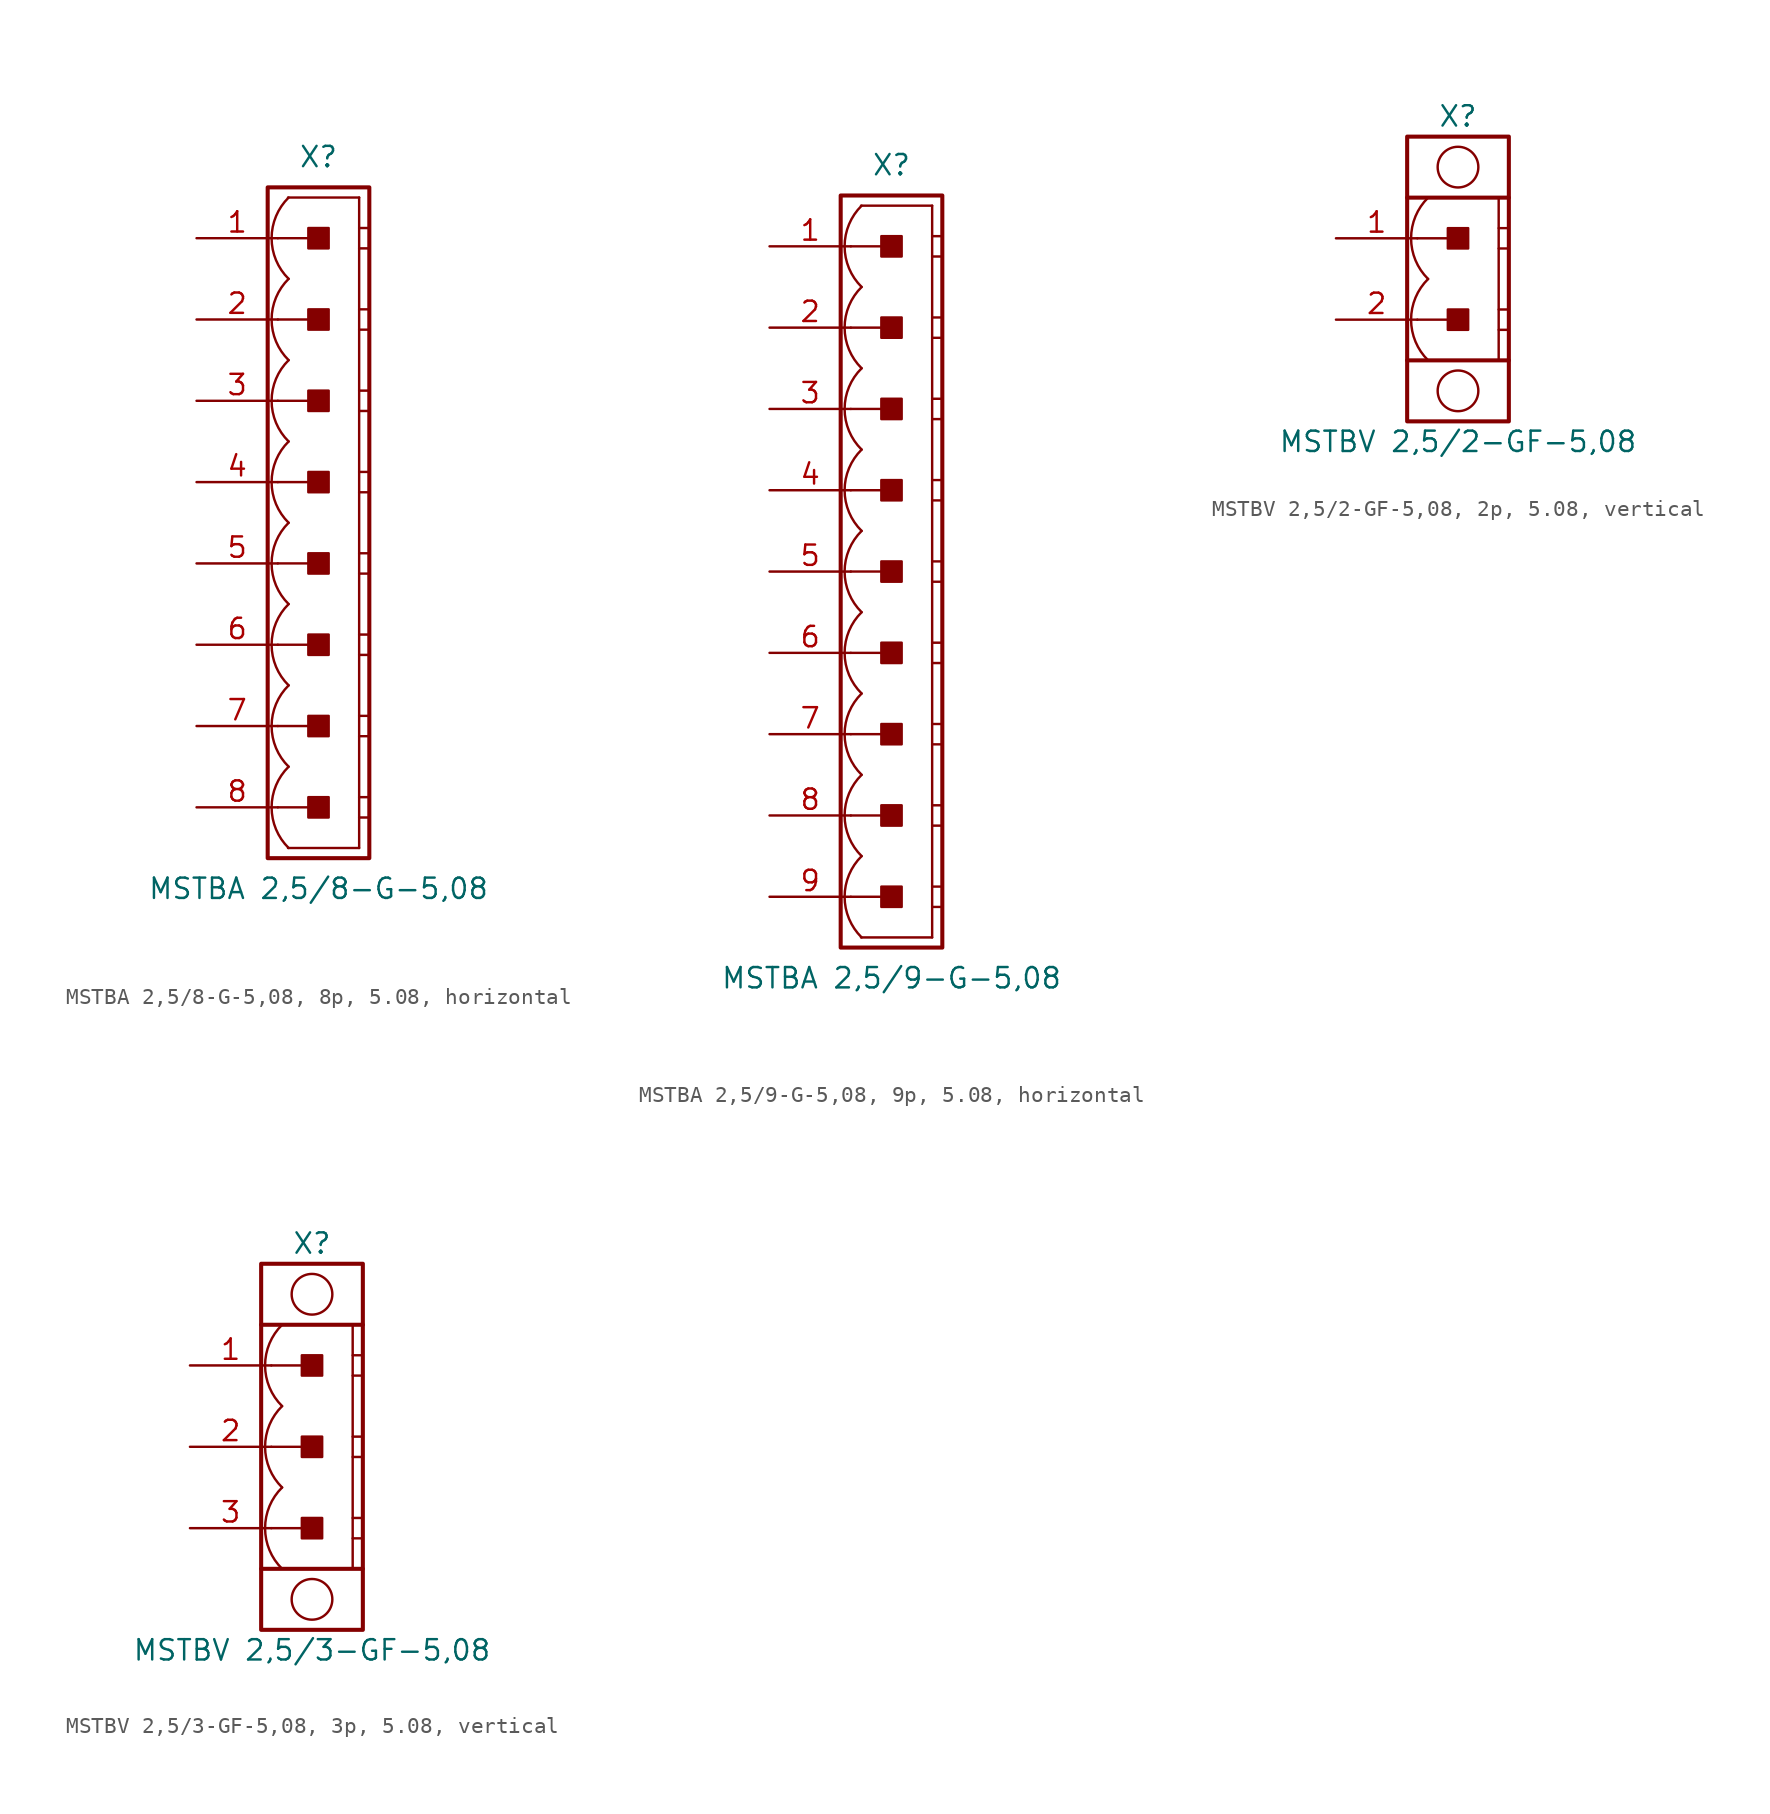
<source format=kicad_sym>
(kicad_symbol_lib
  (version 20241209)
  (generator "kicad_symbol_editor")
  (generator_version "9.0")
  (symbol "MSTBA 2,5/8-G-5,08, 8p, 5.08, horizontal"
    (pin_names
      (offset 1.016)
      (hide yes))
    (property "Reference" "X"
      (at 0 22.86 0)
      (effects (font (size 1.27 1.27))))
    (property "Value" "MSTBA 2,5/8-G-5,08"
      (at 0 -22.86 0)
      (effects (font (size 1.27 1.27))))
    (property "Label" ""
      (at 0 0 0)
      (effects (font (size 1.27 1.27) (thickness 0.254) (bold yes))))
    (symbol "MSTBA 2,5/8-G-5,08, 8p, 5.08, horizontal_0_1"
      (polyline (pts (xy 2.54 20.32) (xy -1.905 20.32)) (stroke (width 0.152) (type default)) (fill (type none)))
      (polyline (pts (xy 2.54 20.32) (xy 2.54 -20.32)) (stroke (width 0.152) (type default)) (fill (type none)))
      (polyline (pts (xy 2.54 18.415) (xy 3.175 18.415)) (stroke (width 0.152) (type default)) (fill (type none)))
      (polyline (pts (xy 2.54 17.145) (xy 3.175 17.145)) (stroke (width 0.152) (type default)) (fill (type none)))
      (polyline (pts (xy 2.54 13.335) (xy 3.175 13.335)) (stroke (width 0.152) (type default)) (fill (type none)))
      (polyline (pts (xy 2.54 12.065) (xy 3.175 12.065)) (stroke (width 0.152) (type default)) (fill (type none)))
      (polyline (pts (xy 2.54 8.255) (xy 3.175 8.255)) (stroke (width 0.152) (type default)) (fill (type none)))
      (polyline (pts (xy 2.54 6.985) (xy 3.175 6.985)) (stroke (width 0.152) (type default)) (fill (type none)))
      (polyline (pts (xy 2.54 3.175) (xy 3.175 3.175)) (stroke (width 0.152) (type default)) (fill (type none)))
      (polyline (pts (xy 2.54 1.905) (xy 3.175 1.905)) (stroke (width 0.152) (type default)) (fill (type none)))
      (polyline (pts (xy 2.54 -1.905) (xy 3.175 -1.905)) (stroke (width 0.152) (type default)) (fill (type none)))
      (polyline (pts (xy 2.54 -3.175) (xy 3.175 -3.175)) (stroke (width 0.152) (type default)) (fill (type none)))
      (polyline (pts (xy 2.54 -6.985) (xy 3.175 -6.985)) (stroke (width 0.152) (type default)) (fill (type none)))
      (polyline (pts (xy 2.54 -8.255) (xy 3.175 -8.255)) (stroke (width 0.152) (type default)) (fill (type none)))
      (polyline (pts (xy 2.54 -12.065) (xy 3.175 -12.065)) (stroke (width 0.152) (type default)) (fill (type none)))
      (polyline (pts (xy 2.54 -13.335) (xy 3.175 -13.335)) (stroke (width 0.152) (type default)) (fill (type none)))
      (polyline (pts (xy 2.54 -17.145) (xy 3.175 -17.145)) (stroke (width 0.152) (type default)) (fill (type none)))
      (polyline (pts (xy 2.54 -18.415) (xy 3.175 -18.415)) (stroke (width 0.152) (type default)) (fill (type none)))
      (polyline (pts (xy 2.54 -20.32) (xy -1.905 -20.32)) (stroke (width 0.152) (type default)) (fill (type none))))
    (symbol "MSTBA 2,5/8-G-5,08, 8p, 5.08, horizontal_1_0"
      (polyline (pts (xy -2.54 17.78) (xy 0 17.78)) (stroke (width 0.152) (type default)) (fill (type none)))
      (polyline (pts (xy -2.54 12.7) (xy 0 12.7)) (stroke (width 0.152) (type default)) (fill (type none)))
      (polyline (pts (xy -2.54 7.62) (xy 0 7.62)) (stroke (width 0.152) (type default)) (fill (type none)))
      (polyline (pts (xy -2.54 2.54) (xy 0 2.54)) (stroke (width 0.152) (type default)) (fill (type none)))
      (polyline (pts (xy -2.54 -2.54) (xy 0 -2.54)) (stroke (width 0.152) (type default)) (fill (type none)))
      (polyline (pts (xy -2.54 -7.62) (xy 0 -7.62)) (stroke (width 0.152) (type default)) (fill (type none)))
      (polyline (pts (xy -2.54 -12.7) (xy 0 -12.7)) (stroke (width 0.152) (type default)) (fill (type none)))
      (polyline (pts (xy -2.54 -17.78) (xy 0 -17.78)) (stroke (width 0.152) (type default)) (fill (type none))))
    (symbol "MSTBA 2,5/8-G-5,08, 8p, 5.08, horizontal_1_1"
      (rectangle (start -3.175 20.955) (end 3.175 -20.955) (stroke (width 0.254) (type default)) (fill (type none)))
      (rectangle (start -0.635 17.145) (end 0.635 18.415) (stroke (width 0.152) (type default)) (fill (type outline)))
      (rectangle (start -0.635 12.065) (end 0.635 13.335) (stroke (width 0.152) (type default)) (fill (type outline)))
      (rectangle (start -0.635 6.985) (end 0.635 8.255) (stroke (width 0.152) (type default)) (fill (type outline)))
      (rectangle (start -0.635 1.905) (end 0.635 3.175) (stroke (width 0.152) (type default)) (fill (type outline)))
      (rectangle (start -0.635 -3.175) (end 0.635 -1.905) (stroke (width 0.152) (type default)) (fill (type outline)))
      (rectangle (start -0.635 -8.255) (end 0.635 -6.985) (stroke (width 0.152) (type default)) (fill (type outline)))
      (rectangle (start -0.635 -13.335) (end 0.635 -12.065) (stroke (width 0.152) (type default)) (fill (type outline)))
      (rectangle (start -0.635 -18.415) (end 0.635 -17.145) (stroke (width 0.152) (type default)) (fill (type outline)))
      (arc (start -1.8664 15.24) (mid -2.9299 17.78) (end -1.8664 20.32) (stroke (width 0.1524) (type default)) (fill (type none)))
      (arc (start -1.8664 10.16) (mid -2.9299 12.7) (end -1.8664 15.24) (stroke (width 0.1524) (type default)) (fill (type none)))
      (arc (start -1.8664 5.08) (mid -2.9299 7.62) (end -1.8664 10.16) (stroke (width 0.1524) (type default)) (fill (type none)))
      (arc (start -1.8664 0) (mid -2.9299 2.54) (end -1.8664 5.08) (stroke (width 0.1524) (type default)) (fill (type none)))
      (arc (start -1.8664 -5.08) (mid -2.9299 -2.54) (end -1.8664 0) (stroke (width 0.1524) (type default)) (fill (type none)))
      (arc (start -1.8664 -10.16) (mid -2.9299 -7.62) (end -1.8664 -5.08) (stroke (width 0.1524) (type default)) (fill (type none)))
      (arc (start -1.8664 -15.24) (mid -2.9299 -12.7) (end -1.8664 -10.16) (stroke (width 0.1524) (type default)) (fill (type none)))
      (arc (start -1.8664 -20.32) (mid -2.9299 -17.78) (end -1.8664 -15.24) (stroke (width 0.1524) (type default)) (fill (type none)))
      (pin passive line (at -7.62 17.78 0) (length 5.08) (name "1" (effects (font (size 1.27 1.27)))) (number "1" (effects (font (size 1.27 1.27)))))
      (pin passive line (at -7.62 12.7 0) (length 5.08) (name "2" (effects (font (size 1.27 1.27)))) (number "2" (effects (font (size 1.27 1.27)))))
      (pin passive line (at -7.62 7.62 0) (length 5.08) (name "3" (effects (font (size 1.27 1.27)))) (number "3" (effects (font (size 1.27 1.27)))))
      (pin passive line (at -7.62 2.54 0) (length 5.08) (name "4" (effects (font (size 1.27 1.27)))) (number "4" (effects (font (size 1.27 1.27)))))
      (pin passive line (at -7.62 -2.54 0) (length 5.08) (name "5" (effects (font (size 1.27 1.27)))) (number "5" (effects (font (size 1.27 1.27)))))
      (pin passive line (at -7.62 -7.62 0) (length 5.08) (name "6" (effects (font (size 1.27 1.27)))) (number "6" (effects (font (size 1.27 1.27)))))
      (pin passive line (at -7.62 -12.7 0) (length 5.08) (name "7" (effects (font (size 1.27 1.27)))) (number "7" (effects (font (size 1.27 1.27)))))
      (pin passive line (at -7.62 -17.78 0) (length 5.08) (name "8" (effects (font (size 1.27 1.27)))) (number "8" (effects (font (size 1.27 1.27)))))))
  (symbol "MSTBA 2,5/9-G-5,08, 9p, 5.08, horizontal"
    (pin_names
      (offset 1.016)
      (hide yes))
    (property "Reference" "X"
      (at 0 25.4 0)
      (effects (font (size 1.27 1.27))))
    (property "Value" "MSTBA 2,5/9-G-5,08"
      (at 0 -25.4 0)
      (effects (font (size 1.27 1.27))))
    (property "Label" ""
      (at 0 0 0)
      (effects (font (size 1.27 1.27) (thickness 0.254) (bold yes))))
    (symbol "MSTBA 2,5/9-G-5,08, 9p, 5.08, horizontal_0_1"
      (polyline (pts (xy 2.54 22.86) (xy -1.905 22.86)) (stroke (width 0.152) (type default)) (fill (type none)))
      (polyline (pts (xy 2.54 22.86) (xy 2.54 -22.86)) (stroke (width 0.152) (type default)) (fill (type none)))
      (polyline (pts (xy 2.54 20.955) (xy 3.175 20.955)) (stroke (width 0.152) (type default)) (fill (type none)))
      (polyline (pts (xy 2.54 19.685) (xy 3.175 19.685)) (stroke (width 0.152) (type default)) (fill (type none)))
      (polyline (pts (xy 2.54 15.875) (xy 3.175 15.875)) (stroke (width 0.152) (type default)) (fill (type none)))
      (polyline (pts (xy 2.54 14.605) (xy 3.175 14.605)) (stroke (width 0.152) (type default)) (fill (type none)))
      (polyline (pts (xy 2.54 10.795) (xy 3.175 10.795)) (stroke (width 0.152) (type default)) (fill (type none)))
      (polyline (pts (xy 2.54 9.525) (xy 3.175 9.525)) (stroke (width 0.152) (type default)) (fill (type none)))
      (polyline (pts (xy 2.54 5.715) (xy 3.175 5.715)) (stroke (width 0.152) (type default)) (fill (type none)))
      (polyline (pts (xy 2.54 4.445) (xy 3.175 4.445)) (stroke (width 0.152) (type default)) (fill (type none)))
      (polyline (pts (xy 2.54 0.635) (xy 3.175 0.635)) (stroke (width 0.152) (type default)) (fill (type none)))
      (polyline (pts (xy 2.54 -0.635) (xy 3.175 -0.635)) (stroke (width 0.152) (type default)) (fill (type none)))
      (polyline (pts (xy 2.54 -4.445) (xy 3.175 -4.445)) (stroke (width 0.152) (type default)) (fill (type none)))
      (polyline (pts (xy 2.54 -5.715) (xy 3.175 -5.715)) (stroke (width 0.152) (type default)) (fill (type none)))
      (polyline (pts (xy 2.54 -9.525) (xy 3.175 -9.525)) (stroke (width 0.152) (type default)) (fill (type none)))
      (polyline (pts (xy 2.54 -10.795) (xy 3.175 -10.795)) (stroke (width 0.152) (type default)) (fill (type none)))
      (polyline (pts (xy 2.54 -14.605) (xy 3.175 -14.605)) (stroke (width 0.152) (type default)) (fill (type none)))
      (polyline (pts (xy 2.54 -15.875) (xy 3.175 -15.875)) (stroke (width 0.152) (type default)) (fill (type none)))
      (polyline (pts (xy 2.54 -19.685) (xy 3.175 -19.685)) (stroke (width 0.152) (type default)) (fill (type none)))
      (polyline (pts (xy 2.54 -20.955) (xy 3.175 -20.955)) (stroke (width 0.152) (type default)) (fill (type none)))
      (polyline (pts (xy 2.54 -22.86) (xy -1.905 -22.86)) (stroke (width 0.152) (type default)) (fill (type none))))
    (symbol "MSTBA 2,5/9-G-5,08, 9p, 5.08, horizontal_1_0"
      (polyline (pts (xy -2.54 20.32) (xy 0 20.32)) (stroke (width 0.152) (type default)) (fill (type none)))
      (polyline (pts (xy -2.54 15.24) (xy 0 15.24)) (stroke (width 0.152) (type default)) (fill (type none)))
      (polyline (pts (xy -2.54 10.16) (xy 0 10.16)) (stroke (width 0.152) (type default)) (fill (type none)))
      (polyline (pts (xy -2.54 5.08) (xy 0 5.08)) (stroke (width 0.152) (type default)) (fill (type none)))
      (polyline (pts (xy -2.54 0) (xy 0 0)) (stroke (width 0.152) (type default)) (fill (type none)))
      (polyline (pts (xy -2.54 -5.08) (xy 0 -5.08)) (stroke (width 0.152) (type default)) (fill (type none)))
      (polyline (pts (xy -2.54 -10.16) (xy 0 -10.16)) (stroke (width 0.152) (type default)) (fill (type none)))
      (polyline (pts (xy -2.54 -15.24) (xy 0 -15.24)) (stroke (width 0.152) (type default)) (fill (type none)))
      (polyline (pts (xy -2.54 -20.32) (xy 0 -20.32)) (stroke (width 0.152) (type default)) (fill (type none))))
    (symbol "MSTBA 2,5/9-G-5,08, 9p, 5.08, horizontal_1_1"
      (rectangle (start -3.175 23.495) (end 3.175 -23.495) (stroke (width 0.254) (type default)) (fill (type none)))
      (rectangle (start -0.635 19.685) (end 0.635 20.955) (stroke (width 0.152) (type default)) (fill (type outline)))
      (rectangle (start -0.635 14.605) (end 0.635 15.875) (stroke (width 0.152) (type default)) (fill (type outline)))
      (rectangle (start -0.635 9.525) (end 0.635 10.795) (stroke (width 0.152) (type default)) (fill (type outline)))
      (rectangle (start -0.635 4.445) (end 0.635 5.715) (stroke (width 0.152) (type default)) (fill (type outline)))
      (rectangle (start -0.635 -0.635) (end 0.635 0.635) (stroke (width 0.152) (type default)) (fill (type outline)))
      (rectangle (start -0.635 -5.715) (end 0.635 -4.445) (stroke (width 0.152) (type default)) (fill (type outline)))
      (rectangle (start -0.635 -10.795) (end 0.635 -9.525) (stroke (width 0.152) (type default)) (fill (type outline)))
      (rectangle (start -0.635 -15.875) (end 0.635 -14.605) (stroke (width 0.152) (type default)) (fill (type outline)))
      (rectangle (start -0.635 -20.955) (end 0.635 -19.685) (stroke (width 0.152) (type default)) (fill (type outline)))
      (arc (start -1.8664 17.78) (mid -2.9299 20.32) (end -1.8664 22.86) (stroke (width 0.1524) (type default)) (fill (type none)))
      (arc (start -1.8664 12.7) (mid -2.9299 15.24) (end -1.8664 17.78) (stroke (width 0.1524) (type default)) (fill (type none)))
      (arc (start -1.8664 7.62) (mid -2.9299 10.16) (end -1.8664 12.7) (stroke (width 0.1524) (type default)) (fill (type none)))
      (arc (start -1.8664 2.54) (mid -2.9299 5.08) (end -1.8664 7.62) (stroke (width 0.1524) (type default)) (fill (type none)))
      (arc (start -1.8664 -2.54) (mid -2.9299 0) (end -1.8664 2.54) (stroke (width 0.1524) (type default)) (fill (type none)))
      (arc (start -1.8664 -7.62) (mid -2.9299 -5.08) (end -1.8664 -2.54) (stroke (width 0.1524) (type default)) (fill (type none)))
      (arc (start -1.8664 -12.7) (mid -2.9299 -10.16) (end -1.8664 -7.62) (stroke (width 0.1524) (type default)) (fill (type none)))
      (arc (start -1.8664 -17.78) (mid -2.9299 -15.24) (end -1.8664 -12.7) (stroke (width 0.1524) (type default)) (fill (type none)))
      (arc (start -1.8664 -22.86) (mid -2.9299 -20.32) (end -1.8664 -17.78) (stroke (width 0.1524) (type default)) (fill (type none)))
      (pin passive line (at -7.62 20.32 0) (length 5.08) (name "1" (effects (font (size 1.27 1.27)))) (number "1" (effects (font (size 1.27 1.27)))))
      (pin passive line (at -7.62 15.24 0) (length 5.08) (name "2" (effects (font (size 1.27 1.27)))) (number "2" (effects (font (size 1.27 1.27)))))
      (pin passive line (at -7.62 10.16 0) (length 5.08) (name "3" (effects (font (size 1.27 1.27)))) (number "3" (effects (font (size 1.27 1.27)))))
      (pin passive line (at -7.62 5.08 0) (length 5.08) (name "4" (effects (font (size 1.27 1.27)))) (number "4" (effects (font (size 1.27 1.27)))))
      (pin passive line (at -7.62 0 0) (length 5.08) (name "5" (effects (font (size 1.27 1.27)))) (number "5" (effects (font (size 1.27 1.27)))))
      (pin passive line (at -7.62 -5.08 0) (length 5.08) (name "6" (effects (font (size 1.27 1.27)))) (number "6" (effects (font (size 1.27 1.27)))))
      (pin passive line (at -7.62 -10.16 0) (length 5.08) (name "7" (effects (font (size 1.27 1.27)))) (number "7" (effects (font (size 1.27 1.27)))))
      (pin passive line (at -7.62 -15.24 0) (length 5.08) (name "8" (effects (font (size 1.27 1.27)))) (number "8" (effects (font (size 1.27 1.27)))))
      (pin passive line (at -7.62 -20.32 0) (length 5.08) (name "9" (effects (font (size 1.27 1.27)))) (number "9" (effects (font (size 1.27 1.27)))))))
  (symbol "MSTBV 2,5/2-GF-5,08, 2p, 5.08, vertical"
    (pin_names
      (offset 1.016)
      (hide yes))
    (property "Reference" "X"
      (at 0 10.16 0)
      (effects (font (size 1.27 1.27))))
    (property "Value" "MSTBV 2,5/2-GF-5,08"
      (at 0 -10.16 0)
      (effects (font (size 1.27 1.27))))
    (property "Label" ""
      (at 0 0 0)
      (effects (font (size 1.27 1.27) (thickness 0.254) (bold yes))))
    (symbol "MSTBV 2,5/2-GF-5,08, 2p, 5.08, vertical_0_1"
      (polyline (pts (xy 2.54 5.08) (xy 2.54 -5.08)) (stroke (width 0.152) (type default)) (fill (type none)))
      (polyline (pts (xy 2.54 3.175) (xy 3.175 3.175)) (stroke (width 0.152) (type default)) (fill (type none)))
      (polyline (pts (xy 2.54 1.905) (xy 3.175 1.905)) (stroke (width 0.152) (type default)) (fill (type none)))
      (polyline (pts (xy 2.54 -1.905) (xy 3.175 -1.905)) (stroke (width 0.152) (type default)) (fill (type none)))
      (polyline (pts (xy 2.54 -3.175) (xy 3.175 -3.175)) (stroke (width 0.152) (type default)) (fill (type none))))
    (symbol "MSTBV 2,5/2-GF-5,08, 2p, 5.08, vertical_1_0"
      (polyline (pts (xy -2.54 2.54) (xy 0 2.54)) (stroke (width 0.152) (type default)) (fill (type none)))
      (polyline (pts (xy -2.54 -2.54) (xy 0 -2.54)) (stroke (width 0.152) (type default)) (fill (type none))))
    (symbol "MSTBV 2,5/2-GF-5,08, 2p, 5.08, vertical_1_1"
      (rectangle (start -3.175 5.08) (end 3.175 -5.08) (stroke (width 0.254) (type default)) (fill (type none)))
      (polyline (pts (xy -3.175 5.08) (xy -3.175 8.89) (xy 3.175 8.89) (xy 3.175 5.08)) (stroke (width 0.254) (type default)) (fill (type none)))
      (polyline (pts (xy -3.175 -5.08) (xy -3.175 -8.89) (xy 3.175 -8.89) (xy 3.175 -5.08)) (stroke (width 0.254) (type default)) (fill (type none)))
      (rectangle (start -0.635 1.905) (end 0.635 3.175) (stroke (width 0.152) (type default)) (fill (type outline)))
      (rectangle (start -0.635 -3.175) (end 0.635 -1.905) (stroke (width 0.152) (type default)) (fill (type outline)))
      (circle (center 0 6.985) (radius 1.27) (stroke (width 0.152) (type default)) (fill (type none)))
      (circle (center 0 -6.985) (radius 1.27) (stroke (width 0.152) (type default)) (fill (type none)))
      (arc (start -1.8664 0) (mid -2.9299 2.54) (end -1.8664 5.08) (stroke (width 0.1524) (type default)) (fill (type none)))
      (arc (start -1.8664 -5.08) (mid -2.9299 -2.54) (end -1.8664 0) (stroke (width 0.1524) (type default)) (fill (type none)))
      (pin passive line (at -7.62 2.54 0) (length 5.08) (name "1" (effects (font (size 1.27 1.27)))) (number "1" (effects (font (size 1.27 1.27)))))
      (pin passive line (at -7.62 -2.54 0) (length 5.08) (name "2" (effects (font (size 1.27 1.27)))) (number "2" (effects (font (size 1.27 1.27)))))))
  (symbol "MSTBV 2,5/3-GF-5,08, 3p, 5.08, vertical"
    (pin_names
      (offset 1.016)
      (hide yes))
    (property "Reference" "X"
      (at 0 12.7 0)
      (effects (font (size 1.27 1.27))))
    (property "Value" "MSTBV 2,5/3-GF-5,08"
      (at 0 -12.7 0)
      (effects (font (size 1.27 1.27))))
    (property "Label" ""
      (at 0 0 0)
      (effects (font (size 1.27 1.27) (thickness 0.254) (bold yes))))
    (symbol "MSTBV 2,5/3-GF-5,08, 3p, 5.08, vertical_0_1"
      (polyline (pts (xy 2.54 7.62) (xy 2.54 -7.62)) (stroke (width 0.152) (type default)) (fill (type none)))
      (polyline (pts (xy 2.54 5.715) (xy 3.175 5.715)) (stroke (width 0.152) (type default)) (fill (type none)))
      (polyline (pts (xy 2.54 4.445) (xy 3.175 4.445)) (stroke (width 0.152) (type default)) (fill (type none)))
      (polyline (pts (xy 2.54 0.635) (xy 3.175 0.635)) (stroke (width 0.152) (type default)) (fill (type none)))
      (polyline (pts (xy 2.54 -0.635) (xy 3.175 -0.635)) (stroke (width 0.152) (type default)) (fill (type none)))
      (polyline (pts (xy 2.54 -4.445) (xy 3.175 -4.445)) (stroke (width 0.152) (type default)) (fill (type none)))
      (polyline (pts (xy 2.54 -5.715) (xy 3.175 -5.715)) (stroke (width 0.152) (type default)) (fill (type none))))
    (symbol "MSTBV 2,5/3-GF-5,08, 3p, 5.08, vertical_1_0"
      (polyline (pts (xy -2.54 5.08) (xy 0 5.08)) (stroke (width 0.152) (type default)) (fill (type none)))
      (polyline (pts (xy -2.54 0) (xy 0 0)) (stroke (width 0.152) (type default)) (fill (type none)))
      (polyline (pts (xy -2.54 -5.08) (xy 0 -5.08)) (stroke (width 0.152) (type default)) (fill (type none))))
    (symbol "MSTBV 2,5/3-GF-5,08, 3p, 5.08, vertical_1_1"
      (rectangle (start -3.175 7.62) (end 3.175 -7.62) (stroke (width 0.254) (type default)) (fill (type none)))
      (polyline (pts (xy -3.175 7.62) (xy -3.175 11.43) (xy 3.175 11.43) (xy 3.175 7.62)) (stroke (width 0.254) (type default)) (fill (type none)))
      (polyline (pts (xy -3.175 -7.62) (xy -3.175 -11.43) (xy 3.175 -11.43) (xy 3.175 -7.62)) (stroke (width 0.254) (type default)) (fill (type none)))
      (rectangle (start -0.635 4.445) (end 0.635 5.715) (stroke (width 0.152) (type default)) (fill (type outline)))
      (rectangle (start -0.635 -0.635) (end 0.635 0.635) (stroke (width 0.152) (type default)) (fill (type outline)))
      (rectangle (start -0.635 -5.715) (end 0.635 -4.445) (stroke (width 0.152) (type default)) (fill (type outline)))
      (circle (center 0 9.525) (radius 1.27) (stroke (width 0.152) (type default)) (fill (type none)))
      (circle (center 0 -9.525) (radius 1.27) (stroke (width 0.152) (type default)) (fill (type none)))
      (arc (start -1.8664 2.54) (mid -2.9299 5.08) (end -1.8664 7.62) (stroke (width 0.1524) (type default)) (fill (type none)))
      (arc (start -1.8664 -2.54) (mid -2.9299 0) (end -1.8664 2.54) (stroke (width 0.1524) (type default)) (fill (type none)))
      (arc (start -1.8664 -7.62) (mid -2.9299 -5.08) (end -1.8664 -2.54) (stroke (width 0.1524) (type default)) (fill (type none)))
      (pin passive line (at -7.62 5.08 0) (length 5.08) (name "1" (effects (font (size 1.27 1.27)))) (number "1" (effects (font (size 1.27 1.27)))))
      (pin passive line (at -7.62 0 0) (length 5.08) (name "2" (effects (font (size 1.27 1.27)))) (number "2" (effects (font (size 1.27 1.27)))))
      (pin passive line (at -7.62 -5.08 0) (length 5.08) (name "3" (effects (font (size 1.27 1.27)))) (number "3" (effects (font (size 1.27 1.27))))))))
</source>
